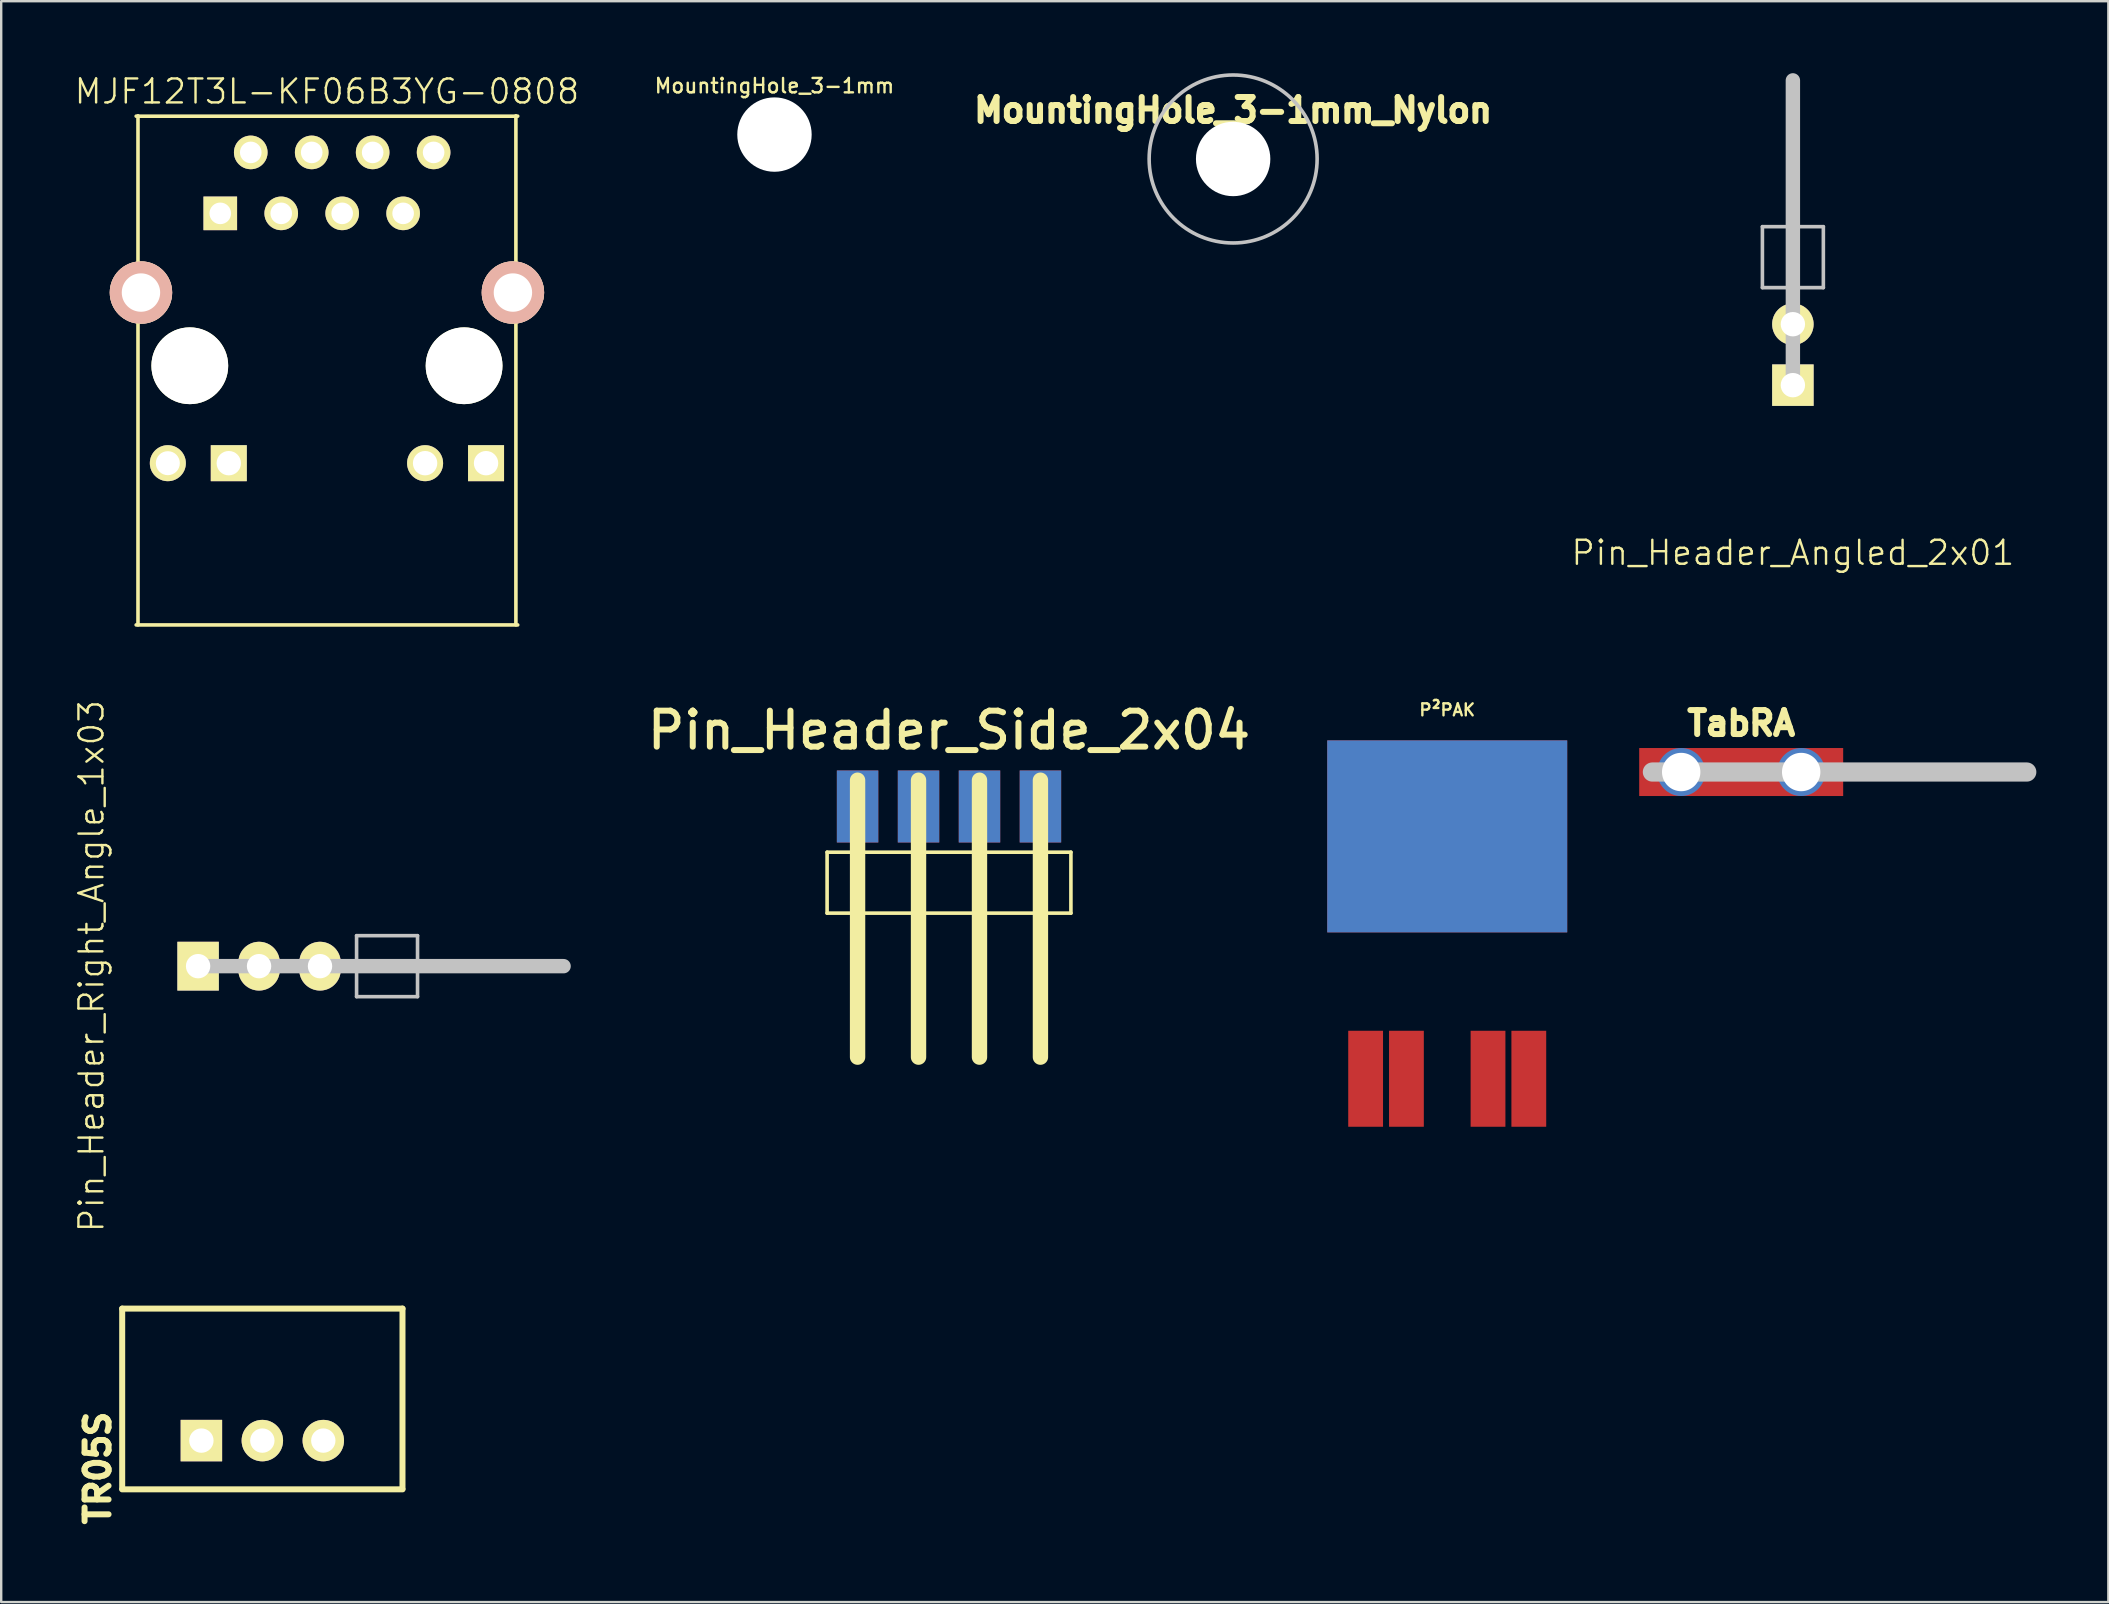
<source format=kicad_pcb>
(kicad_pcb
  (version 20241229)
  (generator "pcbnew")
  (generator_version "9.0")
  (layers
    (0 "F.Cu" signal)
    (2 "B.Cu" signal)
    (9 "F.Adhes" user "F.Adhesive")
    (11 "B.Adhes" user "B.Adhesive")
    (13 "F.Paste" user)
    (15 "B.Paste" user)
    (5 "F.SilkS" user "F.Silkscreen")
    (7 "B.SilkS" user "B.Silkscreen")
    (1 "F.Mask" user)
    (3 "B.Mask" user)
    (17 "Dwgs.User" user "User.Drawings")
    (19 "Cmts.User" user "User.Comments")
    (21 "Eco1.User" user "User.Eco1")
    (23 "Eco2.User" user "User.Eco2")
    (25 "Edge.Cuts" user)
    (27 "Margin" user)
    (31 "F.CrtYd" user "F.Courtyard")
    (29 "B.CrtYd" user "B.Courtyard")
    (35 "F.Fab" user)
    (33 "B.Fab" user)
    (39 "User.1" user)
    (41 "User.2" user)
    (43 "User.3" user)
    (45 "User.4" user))
  (footprint "MountingHole_3-1mm"
    (layer "F.Cu")
    (at 29.223 2.558)
    (property "Reference" "MountingHole_3-1mm" (at 0 -2.032 0) (layer "F.SilkS") (effects (font (size 0.6 0.6) (thickness 0.1))))
    (attr through_hole)
    (pad "" np_thru_hole circle (at 0 0) (size 3.1 3.1) (drill 3.1) (layers "*.Cu")))
  (footprint "TabRA"
    (layer "F.Cu")
    (at 69.507 29.121)
    (property "Reference" "TabRA" (at 0 -2.032 0) (layer "F.SilkS") (effects (font (size 1 1) (thickness 0.25))))
    (attr through_hole)
    (fp_line (start -3.7 0) (end 11.9 0) (stroke (width 0.8) (type solid)) (layer "Dwgs.User"))
    (pad "1" thru_hole circle (at -2.5 0) (size 2 2) (drill 1.6) (layers "*.Cu" "*.Mask"))
    (pad "1" smd rect (at 0 0) (size 8.5 2) (layers "F.Cu" "F.Mask" "F.Paste"))
    (pad "1" thru_hole circle (at 2.5 0) (size 2 2) (drill 1.6) (layers "*.Cu" "*.Mask")))
  (footprint "MJF12T3L-KF06B3YG-0808"
    (layer "F.Cu")
    (at 10.574 12.191)
    (property "Reference" "MJF12T3L-KF06B3YG-0808" (at 0 -11.43 0) (layer "F.SilkS") (effects (font (size 1 1) (thickness 0.1))))
    (attr through_hole)
    (fp_line (start -7.95 -10.4) (end 7.95 -10.4) (stroke (width 0.15) (type solid)) (layer "F.SilkS"))
    (fp_line (start -7.95 10.8) (end 7.95 10.8) (stroke (width 0.15) (type solid)) (layer "F.SilkS"))
    (fp_line (start -7.874 10.795) (end -7.874 -10.414) (stroke (width 0.15) (type solid)) (layer "F.SilkS"))
    (fp_line (start 7.874 -10.414) (end 7.874 10.795) (stroke (width 0.15) (type solid)) (layer "F.SilkS"))
    (pad "" np_thru_hole circle (at -5.715 0) (size 3.2 3.2) (drill 3.2) (layers "*.Cu" "*.Mask" "F.SilkS"))
    (pad "" np_thru_hole circle (at 5.715 0) (size 3.2 3.2) (drill 3.2) (layers "*.Cu" "*.Mask" "F.SilkS"))
    (pad "1" thru_hole rect (at -4.445 -6.35) (size 1.4 1.4) (drill 0.9) (layers "*.Cu" "*.Mask" "F.SilkS"))
    (pad "2" thru_hole circle (at -3.175 -8.89) (size 1.4 1.4) (drill 0.9) (layers "*.Cu" "*.Mask" "F.SilkS"))
    (pad "3" thru_hole circle (at -1.905 -6.35) (size 1.4 1.4) (drill 0.9) (layers "*.Cu" "*.Mask" "F.SilkS"))
    (pad "4" thru_hole circle (at -0.635 -8.89) (size 1.4 1.4) (drill 0.9) (layers "*.Cu" "*.Mask" "F.SilkS"))
    (pad "5" thru_hole circle (at 0.635 -6.35) (size 1.4 1.4) (drill 0.9) (layers "*.Cu" "*.Mask" "F.SilkS"))
    (pad "6" thru_hole circle (at 1.905 -8.89) (size 1.4 1.4) (drill 0.9) (layers "*.Cu" "*.Mask" "F.SilkS"))
    (pad "7" thru_hole circle (at 3.175 -6.35) (size 1.4 1.4) (drill 0.9) (layers "*.Cu" "*.Mask" "F.SilkS"))
    (pad "8" thru_hole circle (at 4.445 -8.89) (size 1.4 1.4) (drill 0.9) (layers "*.Cu" "*.Mask" "F.SilkS"))
    (pad "13" thru_hole circle (at -7.75 -3.05) (size 2.6 2.6) (drill 1.6) (layers "*.Cu" "*.SilkS" "*.Mask"))
    (pad "13" thru_hole circle (at 7.75 -3.05) (size 2.6 2.6) (drill 1.6) (layers "*.Cu" "*.SilkS" "*.Mask"))
    (pad "GA" thru_hole circle (at 4.09 4.06) (size 1.5 1.5) (drill 1.016) (layers "*.Cu" "*.Mask" "F.SilkS"))
    (pad "GK" thru_hole rect (at 6.63 4.06) (size 1.5 1.5) (drill 1.016) (layers "*.Cu" "*.Mask" "F.SilkS"))
    (pad "YA" thru_hole circle (at -6.63 4.06) (size 1.5 1.5) (drill 1) (layers "*.Cu" "*.Mask" "F.SilkS"))
    (pad "YK" thru_hole rect (at -4.09 4.06) (size 1.5 1.5) (drill 1.016) (layers "*.Cu" "*.Mask" "F.SilkS")))
  (footprint "MountingHole_3-1mm_Nylon"
    (layer "F.Cu")
    (at 48.336 3.575)
    (property "Reference" "MountingHole_3-1mm_Nylon" (at 0 -2.032 0) (layer "F.SilkS") (effects (font (size 1 1) (thickness 0.25))))
    (attr through_hole)
    (fp_circle (center 0 0) (end 3.5 0) (stroke (width 0.15) (type solid)) (fill no) (layer "Dwgs.User"))
    (pad "" np_thru_hole circle (at 0 0) (size 3.1 3.1) (drill 3.1) (layers "*.Cu")))
  (footprint "TR05S"
    (layer "F.Cu")
    (at 7.882 56.981)
    (property "Reference" "TR05S" (at -6.858 1.143 90) (layer "F.SilkS") (effects (font (size 1 1) (thickness 0.25))))
    (attr smd)
    (fp_line (start -5.842 -5.5) (end 5.842 -5.5) (stroke (width 0.25) (type solid)) (layer "F.SilkS"))
    (fp_line (start -5.84 -5.5) (end -5.84 2) (stroke (width 0.25) (type solid)) (layer "F.SilkS"))
    (fp_line (start 5.84 -5.5) (end 5.84 2) (stroke (width 0.25) (type solid)) (layer "F.SilkS"))
    (fp_line (start 5.842 2.032) (end -5.842 2.032) (stroke (width 0.25) (type solid)) (layer "F.SilkS"))
    (pad "1" thru_hole rect (at -2.54 0) (size 1.727 1.727) (drill 1.016) (layers "*.Cu" "*.Mask" "F.SilkS"))
    (pad "2" thru_hole circle (at 0 0) (size 1.727 1.727) (drill 1.016) (layers "*.Cu" "*.Mask" "F.SilkS"))
    (pad "3" thru_hole circle (at 2.54 0) (size 1.727 1.727) (drill 1.016) (layers "*.Cu" "*.Mask" "F.SilkS")))
  (footprint "Pin_Header_Angled_2x01"
    (layer "F.Cu")
    (at 71.661 11.73)
    (property "Reference" "Pin_Header_Angled_2x01" (at 0 8.255 0) (layer "F.SilkS") (effects (font (size 1 1) (thickness 0.1))))
    (attr through_hole)
    (fp_line (start -1.27 -5.334) (end -1.27 -2.794) (stroke (width 0.15) (type solid)) (layer "Dwgs.User"))
    (fp_line (start -1.27 -2.794) (end 1.27 -2.794) (stroke (width 0.15) (type solid)) (layer "Dwgs.User"))
    (fp_line (start 0 1.27) (end 0 -11.43) (stroke (width 0.6) (type solid)) (layer "Dwgs.User"))
    (fp_line (start 1.27 -5.334) (end -1.27 -5.334) (stroke (width 0.15) (type solid)) (layer "Dwgs.User"))
    (fp_line (start 1.27 -2.794) (end 1.27 -5.334) (stroke (width 0.15) (type solid)) (layer "Dwgs.User"))
    (pad "1" thru_hole rect (at 0 1.27) (size 1.727 1.727) (drill 1.016) (layers "*.Cu" "*.Mask" "F.SilkS"))
    (pad "2" thru_hole oval (at 0 -1.27) (size 1.727 1.727) (drill 1.016) (layers "*.Cu" "*.Mask" "F.SilkS")))
  (footprint "Pin_Header_Side_2x04"
    (layer "F.Cu")
    (at 36.496 32.462)
    (property "Reference" "Pin_Header_Side_2x04" (at 0 -5.08 0) (layer "F.SilkS") (effects (font (size 1.5 1.5) (thickness 0.25))))
    (attr through_hole)
    (fp_line (start -5.08 0) (end -5.08 2.54) (stroke (width 0.15) (type solid)) (layer "F.SilkS"))
    (fp_line (start -5.08 2.54) (end 5.08 2.54) (stroke (width 0.15) (type solid)) (layer "F.SilkS"))
    (fp_line (start -3.81 -3) (end -3.81 8.54) (stroke (width 0.64) (type solid)) (layer "F.SilkS"))
    (fp_line (start -1.27 -3) (end -1.27 8.54) (stroke (width 0.64) (type solid)) (layer "F.SilkS"))
    (fp_line (start 1.27 -3) (end 1.27 8.54) (stroke (width 0.64) (type solid)) (layer "F.SilkS"))
    (fp_line (start 3.81 -3) (end 3.81 8.54) (stroke (width 0.64) (type solid)) (layer "F.SilkS"))
    (fp_line (start 5.08 0) (end -5.08 0) (stroke (width 0.15) (type solid)) (layer "F.SilkS"))
    (fp_line (start 5.08 2.54) (end 5.08 0) (stroke (width 0.15) (type solid)) (layer "F.SilkS"))
    (pad "1" smd rect (at -3.81 -1.905) (size 1.727 3) (layers "F.Mask" "B.Cu" "F.Paste"))
    (pad "2" smd rect (at -3.81 -1.905) (size 1.727 3) (layers "F.Cu" "F.Mask" "F.Paste"))
    (pad "3" smd rect (at -1.27 -1.905) (size 1.727 3) (layers "F.Mask" "B.Cu" "F.Paste"))
    (pad "4" smd rect (at -1.27 -1.905) (size 1.727 3) (layers "F.Cu" "F.Mask" "F.Paste"))
    (pad "5" smd rect (at 1.27 -1.905) (size 1.727 3) (layers "F.Mask" "B.Cu" "F.Paste"))
    (pad "6" smd rect (at 1.27 -1.905) (size 1.727 3) (layers "F.Cu" "F.Mask" "F.Paste"))
    (pad "7" smd rect (at 3.81 -1.905) (size 1.727 3) (layers "F.Mask" "B.Cu" "F.Paste"))
    (pad "8" smd rect (at 3.81 -1.905) (size 1.727 3) (layers "F.Cu" "F.Mask" "F.Paste")))
  (footprint "Pin_Header_Right_Angle_1x03"
    (layer "F.Cu")
    (at 7.745 37.211)
    (property "Reference" "Pin_Header_Right_Angle_1x03" (at -6.985 0 90) (layer "F.SilkS") (effects (font (size 1 1) (thickness 0.1))))
    (attr through_hole)
    (fp_line (start -2.54 0) (end 12.69 0) (stroke (width 0.6) (type solid)) (layer "Dwgs.User"))
    (fp_line (start 4.064 -1.27) (end 4.064 1.27) (stroke (width 0.15) (type solid)) (layer "Dwgs.User"))
    (fp_line (start 4.064 1.27) (end 6.604 1.27) (stroke (width 0.15) (type solid)) (layer "Dwgs.User"))
    (fp_line (start 6.604 -1.27) (end 4.064 -1.27) (stroke (width 0.15) (type solid)) (layer "Dwgs.User"))
    (fp_line (start 6.604 1.27) (end 6.604 -1.27) (stroke (width 0.15) (type solid)) (layer "Dwgs.User"))
    (pad "1" thru_hole rect (at -2.54 0) (size 1.727 2.032) (drill 1.016) (layers "*.Cu" "*.Mask" "F.SilkS"))
    (pad "2" thru_hole oval (at 0 0) (size 1.727 2.032) (drill 1.016) (layers "*.Cu" "*.Mask" "F.SilkS"))
    (pad "3" thru_hole oval (at 2.54 0) (size 1.727 2.032) (drill 1.016) (layers "*.Cu" "*.Mask" "F.SilkS")))
  (footprint "P²PAK"
    (layer "F.Cu")
    (at 57.257 27.803)
    (property "Reference" "P²PAK" (at 0 -1.27 0) (layer "F.SilkS") (effects (font (size 0.5 0.5) (thickness 0.1))))
    (attr through_hole)
    (pad "1" smd rect (at -3.4 14.1) (size 1.45 4) (layers "F.Cu" "F.Mask" "F.Paste"))
    (pad "2" smd rect (at -1.7 14.1) (size 1.45 4) (layers "F.Cu" "F.Mask" "F.Paste"))
    (pad "3" smd rect (at 0 4) (size 10 8) (layers "F.Cu" "F.Mask" "F.Paste"))
    (pad "3" smd rect (at 0 4) (size 10 8) (layers "B.Cu"))
    (pad "4" smd rect (at 1.7 14.1) (size 1.45 4) (layers "F.Cu" "F.Mask" "F.Paste"))
    (pad "5" smd rect (at 3.4 14.1) (size 1.45 4) (layers "F.Cu" "F.Mask" "F.Paste")))
  (gr_rect
    (start -3 -3)
    (end 84.807 63.709)
    (stroke (width 0.1) (type default))
    (fill no)
    (layer "Edge.Cuts")))
</source>
